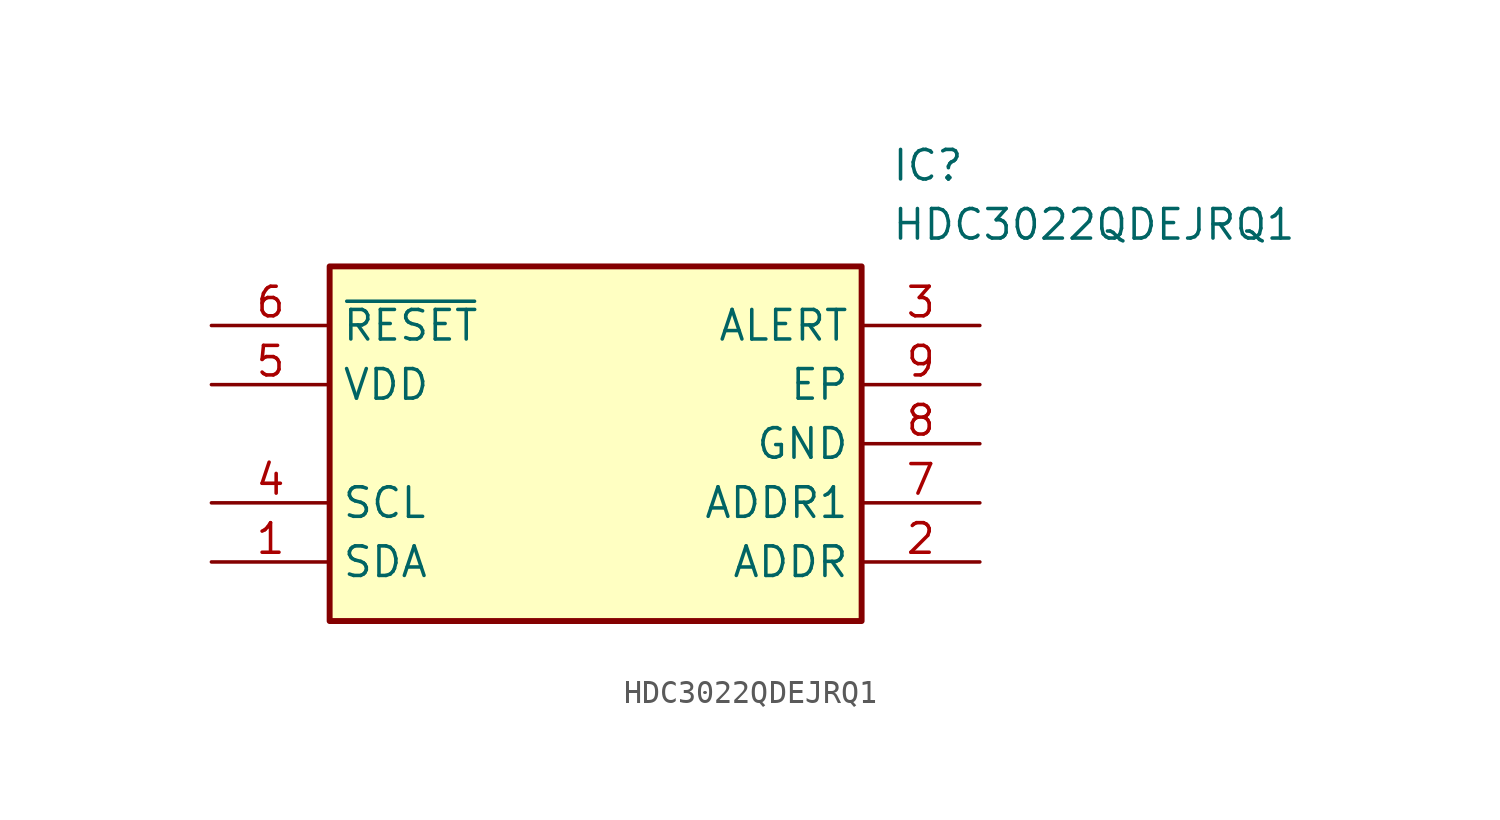
<source format=kicad_sym>
(kicad_symbol_lib
  (version 20231120)
  (generator "kicad_symbol_editor")
  (generator_version "8.0")
  (symbol "HDC3022QDEJRQ1"
    (property "Reference" "IC"
      (at 29.21 7.62 0)
      (effects (font (size 1.27 1.27)) (justify left top)))
    (property "Value" "HDC3022QDEJRQ1"
      (at 29.21 5.08 0)
      (effects (font (size 1.27 1.27)) (justify left top)))
    (symbol "HDC3022QDEJRQ1_1_1"
      (rectangle (start 5.08 2.54) (end 27.94 -12.7) (stroke (width 0.254) (type default)) (fill (type background)))
      (pin passive line (at 0 -10.16 0) (length 5.08) (name "SDA" (effects (font (size 1.27 1.27)))) (number "1" (effects (font (size 1.27 1.27)))))
      (pin passive line (at 33.02 -10.16 180) (length 5.08) (name "ADDR" (effects (font (size 1.27 1.27)))) (number "2" (effects (font (size 1.27 1.27)))))
      (pin passive line (at 33.02 0 180) (length 5.08) (name "ALERT" (effects (font (size 1.27 1.27)))) (number "3" (effects (font (size 1.27 1.27)))))
      (pin passive line (at 0 -7.62 0) (length 5.08) (name "SCL" (effects (font (size 1.27 1.27)))) (number "4" (effects (font (size 1.27 1.27)))))
      (pin passive line (at 0 -2.54 0) (length 5.08) (name "VDD" (effects (font (size 1.27 1.27)))) (number "5" (effects (font (size 1.27 1.27)))))
      (pin passive line (at 0 0 0) (length 5.08) (name "~{RESET}" (effects (font (size 1.27 1.27)))) (number "6" (effects (font (size 1.27 1.27)))))
      (pin passive line (at 33.02 -7.62 180) (length 5.08) (name "ADDR1" (effects (font (size 1.27 1.27)))) (number "7" (effects (font (size 1.27 1.27)))))
      (pin passive line (at 33.02 -5.08 180) (length 5.08) (name "GND" (effects (font (size 1.27 1.27)))) (number "8" (effects (font (size 1.27 1.27)))))
      (pin passive line (at 33.02 -2.54 180) (length 5.08) (name "EP" (effects (font (size 1.27 1.27)))) (number "9" (effects (font (size 1.27 1.27))))))))
</source>
